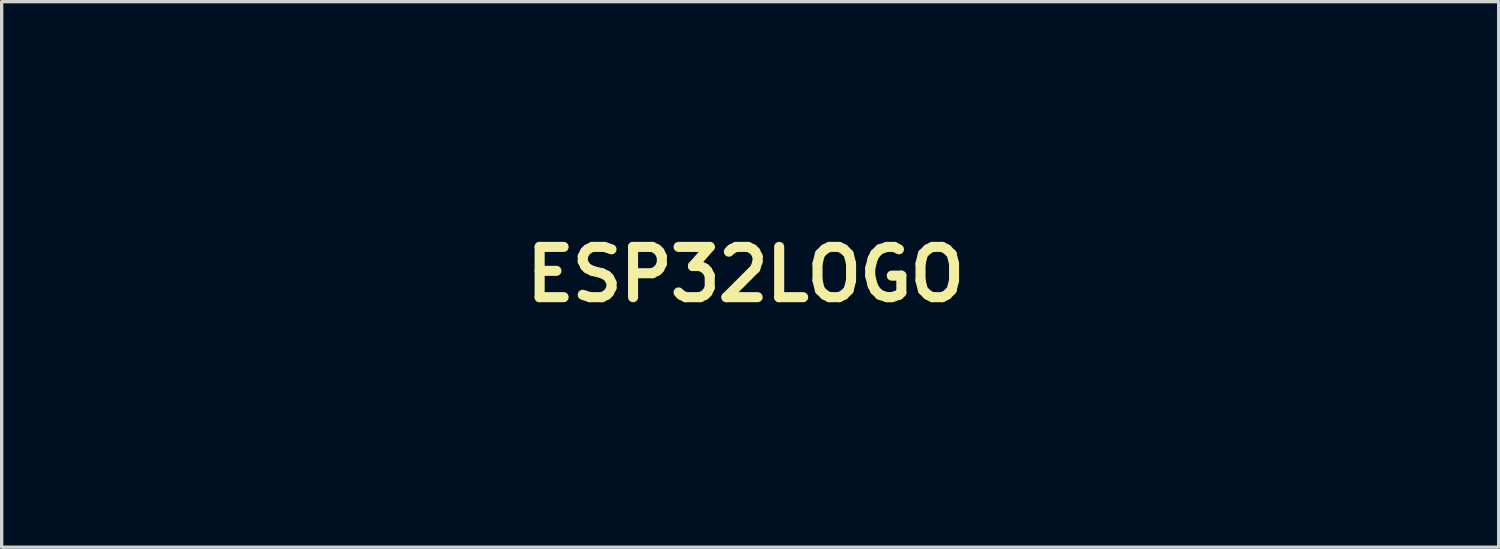
<source format=kicad_pcb>
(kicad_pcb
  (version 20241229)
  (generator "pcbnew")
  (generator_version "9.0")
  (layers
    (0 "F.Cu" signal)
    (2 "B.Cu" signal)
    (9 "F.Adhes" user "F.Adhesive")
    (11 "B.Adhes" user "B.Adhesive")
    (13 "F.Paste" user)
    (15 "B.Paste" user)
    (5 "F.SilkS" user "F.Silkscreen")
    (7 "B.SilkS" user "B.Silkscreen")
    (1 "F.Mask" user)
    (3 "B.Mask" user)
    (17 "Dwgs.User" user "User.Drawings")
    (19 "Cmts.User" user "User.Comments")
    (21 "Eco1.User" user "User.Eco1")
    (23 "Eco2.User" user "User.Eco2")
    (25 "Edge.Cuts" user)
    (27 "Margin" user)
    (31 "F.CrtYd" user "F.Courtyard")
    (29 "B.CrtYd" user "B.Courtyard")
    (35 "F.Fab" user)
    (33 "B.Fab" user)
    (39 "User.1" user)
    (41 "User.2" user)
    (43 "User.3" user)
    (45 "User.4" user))
  (footprint "ESP32LOGO"
    (layer "F.Cu")
    (at 19.185 5.134)
    (property "Reference" "ESP32LOGO" (at 0 0 0) (layer "F.SilkS") (effects (font (size 1.5 1.5) (thickness 0.3))))
    (attr board_only exclude_from_pos_files exclude_from_bom)
    (fp_poly (pts (xy 0.355 -3.117) (xy 0.888 -2.699) (xy 1.077 -1.921) (xy 1.081 -1.756) (xy 0.94 -0.914) (xy 0.468 -0.442) (xy -0.409 -0.273) (xy -0.594 -0.27) (xy -1.621 -0.27) (xy -1.621 -1.756) (xy -1.621 -3.243) (xy -0.594 -3.243)) (stroke (width 0) (type solid)) (fill yes) (layer "F.Mask"))
    (fp_poly (pts (xy -14.254 -5.123) (xy -12.522 -5.116) (xy -11.274 -5.098) (xy -10.453 -5.065) (xy -10.003 -5.012) (xy -9.867 -4.933) (xy -9.989 -4.824) (xy -10.133 -4.755) (xy -11.241 -4.053) (xy -11.869 -3.183) (xy -12.023 -2.215) (xy -11.711 -1.215) (xy -10.939 -0.253) (xy -9.712 0.603) (xy -9.614 0.655) (xy -8.482 1.305) (xy -7.83 1.849) (xy -7.62 2.334) (xy -7.812 2.807) (xy -7.836 2.837) (xy -8.235 3.116) (xy -8.9 3.208) (xy -9.576 3.179) (xy -10.47 3.075) (xy -11.192 2.932) (xy -11.416 2.858) (xy -11.731 2.794) (xy -11.865 3.065) (xy -11.889 3.614) (xy -11.829 4.285) (xy -11.566 4.612) (xy -11.146 4.747) (xy -10.503 4.899) (xy -10.133 5.001) (xy -10.298 5.032) (xy -10.923 5.06) (xy -11.927 5.085) (xy -13.231 5.103) (xy -14.524 5.113) (xy -19.185 5.134) (xy -19.185 0) (xy -19.185 -4.864) (xy -18.915 -4.864) (xy -18.915 0) (xy -18.915 4.864) (xy -15.943 4.864) (xy -12.97 4.864) (xy -12.97 4.053) (xy -12.97 3.243) (xy -14.862 3.243) (xy -16.753 3.243) (xy -16.753 2.027) (xy -16.753 0.811) (xy -15.132 0.811) (xy -13.511 0.811) (xy -13.511 0) (xy -13.511 -0.811) (xy -15.132 -0.811) (xy -16.753 -0.811) (xy -16.753 -2.027) (xy -16.753 -3.243) (xy -14.997 -3.243) (xy -13.24 -3.243) (xy -13.24 -4.053) (xy -13.24 -4.864) (xy -16.078 -4.864) (xy -18.915 -4.864) (xy -19.185 -4.864) (xy -19.185 -5.134)) (stroke (width 0) (type solid)) (fill yes) (layer "F.Mask"))
    (fp_poly (pts (xy 19.455 0) (xy 19.455 5.134) (xy 13.578 5.106) (xy 11.61 5.09) (xy 10.15 5.063) (xy 9.166 5.022) (xy 8.627 4.965) (xy 8.5 4.892) (xy 8.686 4.816) (xy 9.754 4.322) (xy 10.496 3.567) (xy 10.897 2.663) (xy 10.939 1.72) (xy 10.608 0.848) (xy 9.888 0.16) (xy 9.386 -0.077) (xy 9.318 -0.301) (xy 9.71 -0.725) (xy 9.763 -0.768) (xy 10.426 -1.599) (xy 10.658 -2.573) (xy 10.472 -3.542) (xy 9.882 -4.358) (xy 9.372 -4.697) (xy 9.036 -4.875) (xy 8.926 -4.995) (xy 9.109 -5.067) (xy 9.649 -5.103) (xy 10.612 -5.114) (xy 11.754 -5.113) (xy 13.094 -5.104) (xy 13.952 -5.08) (xy 14.385 -5.033) (xy 14.451 -4.955) (xy 14.209 -4.837) (xy 14.051 -4.781) (xy 13.39 -4.47) (xy 13.095 -4.019) (xy 13.021 -3.58) (xy 13.013 -2.953) (xy 13.216 -2.749) (xy 13.722 -2.927) (xy 14.051 -3.107) (xy 14.932 -3.434) (xy 15.79 -3.468) (xy 16.416 -3.201) (xy 16.429 -3.189) (xy 16.664 -2.698) (xy 16.753 -2.048) (xy 16.681 -1.595) (xy 16.419 -1.103) (xy 15.898 -0.482) (xy 15.049 0.363) (xy 14.726 0.667) (xy 13.808 1.543) (xy 13.218 2.166) (xy 12.886 2.647) (xy 12.737 3.093) (xy 12.7 3.615) (xy 12.7 3.715) (xy 12.7 4.864) (xy 15.943 4.864) (xy 19.185 4.864) (xy 19.185 4.053) (xy 19.185 3.243) (xy 17.159 3.243) (xy 16.011 3.207) (xy 15.356 3.072) (xy 15.187 2.794) (xy 15.494 2.332) (xy 16.269 1.643) (xy 16.773 1.244) (xy 18.066 0.063) (xy 18.841 -1.083) (xy 19.117 -2.227) (xy 19.067 -2.844) (xy 18.639 -3.866) (xy 17.773 -4.604) (xy 17.288 -4.832) (xy 16.973 -4.986) (xy 17.049 -5.071) (xy 17.576 -5.108) (xy 18.037 -5.117) (xy 19.455 -5.134)) (stroke (width 0) (type solid)) (fill yes) (layer "F.Mask"))
    (fp_poly (pts (xy 1.667 -5.07) (xy 3.235 -5.051) (xy 4.508 -5.022) (xy 5.421 -4.984) (xy 5.911 -4.938) (xy 5.945 -4.894) (xy 5.431 -4.606) (xy 5.206 -4.01) (xy 5.183 -3.82) (xy 5.155 -3.235) (xy 5.292 -3.079) (xy 5.667 -3.239) (xy 6.409 -3.447) (xy 7.275 -3.442) (xy 8.044 -3.246) (xy 8.47 -2.926) (xy 8.605 -2.323) (xy 8.435 -1.777) (xy 8.125 -1.312) (xy 7.637 -1.114) (xy 7.031 -1.081) (xy 6.335 -1.048) (xy 6.025 -0.877) (xy 5.946 -0.457) (xy 5.945 -0.306) (xy 6.002 0.199) (xy 6.274 0.458) (xy 6.914 0.599) (xy 7.036 0.616) (xy 8.112 0.88) (xy 8.722 1.342) (xy 8.917 2.042) (xy 8.917 2.053) (xy 8.686 2.766) (xy 8.061 3.234) (xy 7.143 3.428) (xy 6.034 3.318) (xy 5.317 3.094) (xy 4.991 3.034) (xy 4.884 3.295) (xy 4.912 3.813) (xy 5.056 4.471) (xy 5.426 4.79) (xy 5.81 4.898) (xy 5.762 4.942) (xy 5.233 4.982) (xy 4.281 5.017) (xy 2.964 5.044) (xy 1.34 5.064) (xy -0.531 5.074) (xy -1.081 5.074) (xy -3.01 5.069) (xy -4.707 5.052) (xy -6.114 5.024) (xy -7.173 4.988) (xy -7.824 4.945) (xy -8.01 4.897) (xy -7.971 4.883) (xy -6.703 4.442) (xy -5.896 3.807) (xy -5.488 2.905) (xy -5.404 2.018) (xy -5.662 1.006) (xy -6.389 0.09) (xy -7.512 -0.651) (xy -7.892 -0.818) (xy -8.99 -1.385) (xy -9.604 -2.014) (xy -9.728 -2.464) (xy -9.495 -3.015) (xy -8.873 -3.347) (xy -7.976 -3.44) (xy -6.918 -3.27) (xy -6.418 -3.102) (xy -6.1 -3.061) (xy -5.967 -3.358) (xy -5.945 -3.869) (xy -6.044 -4.606) (xy -6.301 -4.864) (xy -3.783 -4.864) (xy -3.783 0) (xy -3.783 4.864) (xy -2.702 4.864) (xy -1.621 4.864) (xy -1.621 3.107) (xy -1.621 1.351) (xy -0.392 1.351) (xy 1.083 1.155) (xy 2.2 0.584) (xy 2.928 -0.334) (xy 3.235 -1.569) (xy 3.243 -1.834) (xy 3.134 -2.973) (xy 2.768 -3.804) (xy 2.084 -4.367) (xy 1.024 -4.702) (xy -0.473 -4.849) (xy -1.338 -4.864) (xy -3.783 -4.864) (xy -6.301 -4.864) (xy -6.37 -4.933) (xy -6.418 -4.948) (xy -6.292 -4.981) (xy -5.691 -5.012) (xy -4.681 -5.038) (xy -3.329 -5.058) (xy -1.698 -5.071) (xy -0.135 -5.076)) (stroke (width 0) (type solid)) (fill yes) (layer "F.Mask")))
  (gr_rect
    (start -3 -3)
    (end 41.64 13.268)
    (stroke (width 0.1) (type default))
    (fill no)
    (layer "Edge.Cuts")))
</source>
